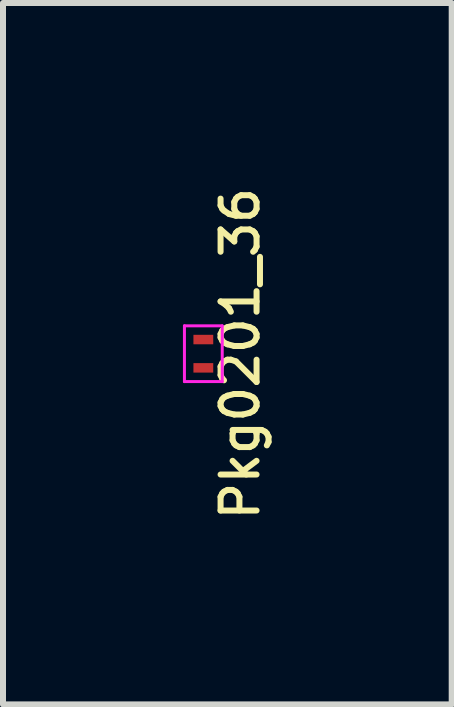
<source format=kicad_pcb>
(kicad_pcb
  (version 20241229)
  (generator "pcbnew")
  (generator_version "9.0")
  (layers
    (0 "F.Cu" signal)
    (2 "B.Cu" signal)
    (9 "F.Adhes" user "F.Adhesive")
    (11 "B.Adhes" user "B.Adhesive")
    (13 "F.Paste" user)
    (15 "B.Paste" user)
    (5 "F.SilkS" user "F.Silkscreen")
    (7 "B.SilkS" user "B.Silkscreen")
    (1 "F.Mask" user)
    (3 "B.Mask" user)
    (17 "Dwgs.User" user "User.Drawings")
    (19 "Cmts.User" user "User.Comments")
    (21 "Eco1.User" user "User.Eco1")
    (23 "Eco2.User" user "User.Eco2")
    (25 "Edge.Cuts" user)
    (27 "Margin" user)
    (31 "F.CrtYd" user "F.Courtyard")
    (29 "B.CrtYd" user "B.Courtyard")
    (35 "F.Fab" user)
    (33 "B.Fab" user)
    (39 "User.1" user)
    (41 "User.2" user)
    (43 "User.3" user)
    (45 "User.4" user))
  (footprint "Pkg0201_36"
    (layer "F.Cu")
    (at 0.34 2.847)
    (property "Reference" "Pkg0201_36" (at 0.615 0 90) (layer "F.SilkS") (effects (font (size 0.6 0.6) (thickness 0.1))))
    (fp_line (start -0.315 -0.465) (end -0.315 0.465) (stroke (width 0.05) (type solid)) (layer "F.CrtYd"))
    (fp_line (start -0.315 0.465) (end 0.315 0.465) (stroke (width 0.05) (type solid)) (layer "F.CrtYd"))
    (fp_line (start 0.315 -0.465) (end -0.315 -0.465) (stroke (width 0.05) (type solid)) (layer "F.CrtYd"))
    (fp_line (start 0.315 0.465) (end 0.315 -0.465) (stroke (width 0.05) (type solid)) (layer "F.CrtYd"))
    (pad "1" smd rect (at 0 -0.236) (size 0.33 0.158) (layers "F.Cu" "F.Mask" "F.Paste"))
    (pad "2" smd rect (at 0 0.236) (size 0.33 0.158) (layers "F.Cu" "F.Mask" "F.Paste")))
  (gr_rect
    (start -3 -3)
    (end 4.481 8.694)
    (stroke (width 0.1) (type default))
    (fill no)
    (layer "Edge.Cuts")))
</source>
